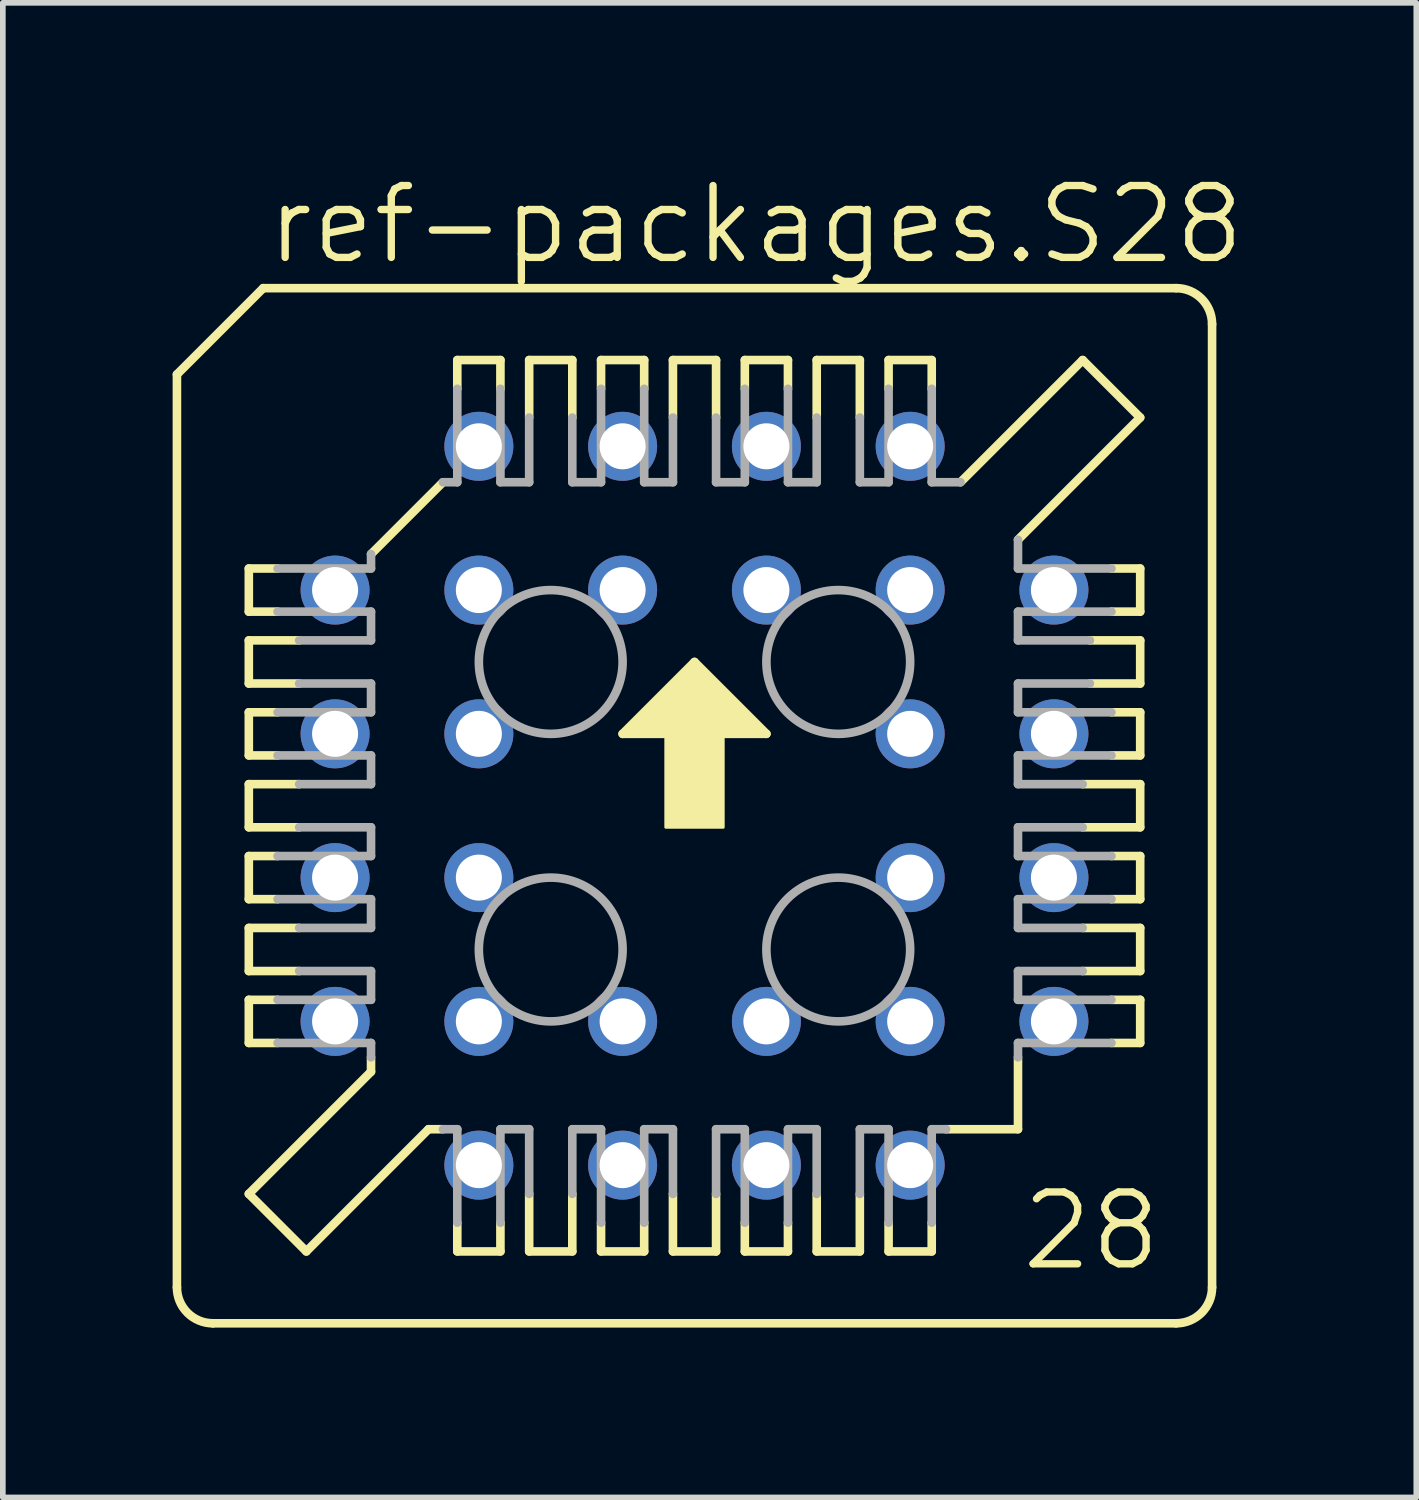
<source format=kicad_pcb>
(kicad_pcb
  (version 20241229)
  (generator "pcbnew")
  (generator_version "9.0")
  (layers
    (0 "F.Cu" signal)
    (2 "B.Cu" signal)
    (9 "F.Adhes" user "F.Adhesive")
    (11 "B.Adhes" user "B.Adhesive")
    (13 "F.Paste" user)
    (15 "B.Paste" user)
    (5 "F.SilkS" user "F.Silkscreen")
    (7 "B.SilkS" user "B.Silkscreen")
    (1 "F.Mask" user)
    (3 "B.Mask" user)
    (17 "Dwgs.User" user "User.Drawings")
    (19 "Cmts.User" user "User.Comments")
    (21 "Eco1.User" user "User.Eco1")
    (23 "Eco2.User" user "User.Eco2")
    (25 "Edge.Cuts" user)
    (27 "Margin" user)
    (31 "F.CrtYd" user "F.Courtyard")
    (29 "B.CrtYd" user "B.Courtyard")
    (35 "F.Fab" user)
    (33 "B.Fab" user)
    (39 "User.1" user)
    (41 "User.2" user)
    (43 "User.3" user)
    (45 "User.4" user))
  (footprint "ref-packages.S28"
    (layer "F.Cu")
    (at 9.22 11.185)
    (property "Reference" "ref-packages.S28" (at -7.62 -9.525 0) (layer "F.SilkS") (effects (font (size 1.27 1.27) (thickness 0.13)) (justify left bottom)))
    (attr through_hole)
    (fp_line (start -9.144 -7.62) (end -9.144 8.509) (stroke (width 0.152) (type default)) (layer "F.SilkS"))
    (fp_line (start -7.874 -4.191) (end -7.366 -4.191) (stroke (width 0.152) (type default)) (layer "F.SilkS"))
    (fp_line (start -7.874 -3.429) (end -7.874 -4.191) (stroke (width 0.152) (type default)) (layer "F.SilkS"))
    (fp_line (start -7.874 -2.921) (end -6.985 -2.921) (stroke (width 0.152) (type default)) (layer "F.SilkS"))
    (fp_line (start -7.874 -2.159) (end -7.874 -2.921) (stroke (width 0.152) (type default)) (layer "F.SilkS"))
    (fp_line (start -7.874 -1.651) (end -7.366 -1.651) (stroke (width 0.152) (type default)) (layer "F.SilkS"))
    (fp_line (start -7.874 -0.889) (end -7.874 -1.651) (stroke (width 0.152) (type default)) (layer "F.SilkS"))
    (fp_line (start -7.874 -0.381) (end -6.985 -0.381) (stroke (width 0.152) (type default)) (layer "F.SilkS"))
    (fp_line (start -7.874 0.381) (end -7.874 -0.381) (stroke (width 0.152) (type default)) (layer "F.SilkS"))
    (fp_line (start -7.874 0.889) (end -7.366 0.889) (stroke (width 0.152) (type default)) (layer "F.SilkS"))
    (fp_line (start -7.874 1.651) (end -7.874 0.889) (stroke (width 0.152) (type default)) (layer "F.SilkS"))
    (fp_line (start -7.874 2.159) (end -6.985 2.159) (stroke (width 0.152) (type default)) (layer "F.SilkS"))
    (fp_line (start -7.874 2.921) (end -7.874 2.159) (stroke (width 0.152) (type default)) (layer "F.SilkS"))
    (fp_line (start -7.874 3.429) (end -7.366 3.429) (stroke (width 0.152) (type default)) (layer "F.SilkS"))
    (fp_line (start -7.874 4.191) (end -7.874 3.429) (stroke (width 0.152) (type default)) (layer "F.SilkS"))
    (fp_line (start -7.874 6.858) (end -5.715 4.699) (stroke (width 0.152) (type default)) (layer "F.SilkS"))
    (fp_line (start -7.62 -9.144) (end -9.144 -7.62) (stroke (width 0.152) (type default)) (layer "F.SilkS"))
    (fp_line (start -7.366 -3.429) (end -7.874 -3.429) (stroke (width 0.152) (type default)) (layer "F.SilkS"))
    (fp_line (start -7.366 -0.889) (end -7.874 -0.889) (stroke (width 0.152) (type default)) (layer "F.SilkS"))
    (fp_line (start -7.366 1.651) (end -7.874 1.651) (stroke (width 0.152) (type default)) (layer "F.SilkS"))
    (fp_line (start -7.366 4.191) (end -7.874 4.191) (stroke (width 0.152) (type default)) (layer "F.SilkS"))
    (fp_line (start -6.985 -2.159) (end -7.874 -2.159) (stroke (width 0.152) (type default)) (layer "F.SilkS"))
    (fp_line (start -6.985 0.381) (end -7.874 0.381) (stroke (width 0.152) (type default)) (layer "F.SilkS"))
    (fp_line (start -6.985 2.921) (end -7.874 2.921) (stroke (width 0.152) (type default)) (layer "F.SilkS"))
    (fp_line (start -6.858 7.874) (end -7.874 6.858) (stroke (width 0.152) (type default)) (layer "F.SilkS"))
    (fp_line (start -6.858 7.874) (end -4.699 5.715) (stroke (width 0.152) (type default)) (layer "F.SilkS"))
    (fp_line (start -5.715 -4.445) (end -4.445 -5.715) (stroke (width 0.152) (type default)) (layer "F.SilkS"))
    (fp_line (start -5.715 4.699) (end -5.715 4.445) (stroke (width 0.152) (type default)) (layer "F.SilkS"))
    (fp_line (start -4.699 5.715) (end -4.445 5.715) (stroke (width 0.152) (type default)) (layer "F.SilkS"))
    (fp_line (start -4.191 -7.874) (end -4.191 -7.366) (stroke (width 0.152) (type default)) (layer "F.SilkS"))
    (fp_line (start -4.191 7.366) (end -4.191 7.874) (stroke (width 0.152) (type default)) (layer "F.SilkS"))
    (fp_line (start -4.191 7.874) (end -3.429 7.874) (stroke (width 0.152) (type default)) (layer "F.SilkS"))
    (fp_line (start -3.429 -7.874) (end -4.191 -7.874) (stroke (width 0.152) (type default)) (layer "F.SilkS"))
    (fp_line (start -3.429 -7.366) (end -3.429 -7.874) (stroke (width 0.152) (type default)) (layer "F.SilkS"))
    (fp_line (start -3.429 7.874) (end -3.429 7.366) (stroke (width 0.152) (type default)) (layer "F.SilkS"))
    (fp_line (start -2.921 -7.874) (end -2.921 -6.858) (stroke (width 0.152) (type default)) (layer "F.SilkS"))
    (fp_line (start -2.921 6.858) (end -2.921 7.874) (stroke (width 0.152) (type default)) (layer "F.SilkS"))
    (fp_line (start -2.921 7.874) (end -2.159 7.874) (stroke (width 0.152) (type default)) (layer "F.SilkS"))
    (fp_line (start -2.159 -7.874) (end -2.921 -7.874) (stroke (width 0.152) (type default)) (layer "F.SilkS"))
    (fp_line (start -2.159 -6.858) (end -2.159 -7.874) (stroke (width 0.152) (type default)) (layer "F.SilkS"))
    (fp_line (start -2.159 7.874) (end -2.159 6.858) (stroke (width 0.152) (type default)) (layer "F.SilkS"))
    (fp_line (start -1.651 -7.874) (end -1.651 -7.366) (stroke (width 0.152) (type default)) (layer "F.SilkS"))
    (fp_line (start -1.651 7.366) (end -1.651 7.874) (stroke (width 0.152) (type default)) (layer "F.SilkS"))
    (fp_line (start -1.651 7.874) (end -0.889 7.874) (stroke (width 0.152) (type default)) (layer "F.SilkS"))
    (fp_line (start -1.27 -1.27) (end 1.27 -1.27) (stroke (width 0.152) (type default)) (layer "F.SilkS"))
    (fp_line (start -0.889 -7.874) (end -1.651 -7.874) (stroke (width 0.152) (type default)) (layer "F.SilkS"))
    (fp_line (start -0.889 -7.366) (end -0.889 -7.874) (stroke (width 0.152) (type default)) (layer "F.SilkS"))
    (fp_line (start -0.889 7.874) (end -0.889 7.366) (stroke (width 0.152) (type default)) (layer "F.SilkS"))
    (fp_line (start -0.381 -7.874) (end -0.381 -6.858) (stroke (width 0.152) (type default)) (layer "F.SilkS"))
    (fp_line (start -0.381 6.858) (end -0.381 7.874) (stroke (width 0.152) (type default)) (layer "F.SilkS"))
    (fp_line (start -0.381 7.874) (end 0.381 7.874) (stroke (width 0.152) (type default)) (layer "F.SilkS"))
    (fp_line (start 0 -2.54) (end -1.27 -1.27) (stroke (width 0.152) (type default)) (layer "F.SilkS"))
    (fp_line (start 0.381 -7.874) (end -0.381 -7.874) (stroke (width 0.152) (type default)) (layer "F.SilkS"))
    (fp_line (start 0.381 -6.858) (end 0.381 -7.874) (stroke (width 0.152) (type default)) (layer "F.SilkS"))
    (fp_line (start 0.381 7.874) (end 0.381 6.858) (stroke (width 0.152) (type default)) (layer "F.SilkS"))
    (fp_line (start 0.889 -7.874) (end 0.889 -7.366) (stroke (width 0.152) (type default)) (layer "F.SilkS"))
    (fp_line (start 0.889 7.366) (end 0.889 7.874) (stroke (width 0.152) (type default)) (layer "F.SilkS"))
    (fp_line (start 0.889 7.874) (end 1.651 7.874) (stroke (width 0.152) (type default)) (layer "F.SilkS"))
    (fp_line (start 1.27 -1.27) (end 0 -2.54) (stroke (width 0.152) (type default)) (layer "F.SilkS"))
    (fp_line (start 1.651 -7.874) (end 0.889 -7.874) (stroke (width 0.152) (type default)) (layer "F.SilkS"))
    (fp_line (start 1.651 -7.366) (end 1.651 -7.874) (stroke (width 0.152) (type default)) (layer "F.SilkS"))
    (fp_line (start 1.651 7.874) (end 1.651 7.366) (stroke (width 0.152) (type default)) (layer "F.SilkS"))
    (fp_line (start 2.159 -7.874) (end 2.159 -6.858) (stroke (width 0.152) (type default)) (layer "F.SilkS"))
    (fp_line (start 2.159 6.858) (end 2.159 7.874) (stroke (width 0.152) (type default)) (layer "F.SilkS"))
    (fp_line (start 2.159 7.874) (end 2.921 7.874) (stroke (width 0.152) (type default)) (layer "F.SilkS"))
    (fp_line (start 2.921 -7.874) (end 2.159 -7.874) (stroke (width 0.152) (type default)) (layer "F.SilkS"))
    (fp_line (start 2.921 -6.858) (end 2.921 -7.874) (stroke (width 0.152) (type default)) (layer "F.SilkS"))
    (fp_line (start 2.921 7.874) (end 2.921 6.858) (stroke (width 0.152) (type default)) (layer "F.SilkS"))
    (fp_line (start 3.429 -7.874) (end 3.429 -7.366) (stroke (width 0.152) (type default)) (layer "F.SilkS"))
    (fp_line (start 3.429 7.366) (end 3.429 7.874) (stroke (width 0.152) (type default)) (layer "F.SilkS"))
    (fp_line (start 3.429 7.874) (end 4.191 7.874) (stroke (width 0.152) (type default)) (layer "F.SilkS"))
    (fp_line (start 4.191 -7.874) (end 3.429 -7.874) (stroke (width 0.152) (type default)) (layer "F.SilkS"))
    (fp_line (start 4.191 -7.366) (end 4.191 -7.874) (stroke (width 0.152) (type default)) (layer "F.SilkS"))
    (fp_line (start 4.191 7.874) (end 4.191 7.366) (stroke (width 0.152) (type default)) (layer "F.SilkS"))
    (fp_line (start 4.445 5.715) (end 5.715 5.715) (stroke (width 0.152) (type default)) (layer "F.SilkS"))
    (fp_line (start 5.715 4.445) (end 5.715 5.715) (stroke (width 0.152) (type default)) (layer "F.SilkS"))
    (fp_line (start 6.858 -7.874) (end 4.699 -5.715) (stroke (width 0.152) (type default)) (layer "F.SilkS"))
    (fp_line (start 6.858 -0.381) (end 7.874 -0.381) (stroke (width 0.152) (type default)) (layer "F.SilkS"))
    (fp_line (start 6.858 2.159) (end 7.874 2.159) (stroke (width 0.152) (type default)) (layer "F.SilkS"))
    (fp_line (start 6.985 -2.921) (end 7.874 -2.921) (stroke (width 0.152) (type default)) (layer "F.SilkS"))
    (fp_line (start 7.366 -4.191) (end 7.874 -4.191) (stroke (width 0.152) (type default)) (layer "F.SilkS"))
    (fp_line (start 7.366 -1.651) (end 7.874 -1.651) (stroke (width 0.152) (type default)) (layer "F.SilkS"))
    (fp_line (start 7.366 0.889) (end 7.874 0.889) (stroke (width 0.152) (type default)) (layer "F.SilkS"))
    (fp_line (start 7.366 3.429) (end 7.874 3.429) (stroke (width 0.152) (type default)) (layer "F.SilkS"))
    (fp_line (start 7.874 -6.858) (end 5.715 -4.699) (stroke (width 0.152) (type default)) (layer "F.SilkS"))
    (fp_line (start 7.874 -6.858) (end 6.858 -7.874) (stroke (width 0.152) (type default)) (layer "F.SilkS"))
    (fp_line (start 7.874 -4.191) (end 7.874 -3.429) (stroke (width 0.152) (type default)) (layer "F.SilkS"))
    (fp_line (start 7.874 -3.429) (end 7.366 -3.429) (stroke (width 0.152) (type default)) (layer "F.SilkS"))
    (fp_line (start 7.874 -2.921) (end 7.874 -2.159) (stroke (width 0.152) (type default)) (layer "F.SilkS"))
    (fp_line (start 7.874 -2.159) (end 6.985 -2.159) (stroke (width 0.152) (type default)) (layer "F.SilkS"))
    (fp_line (start 7.874 -1.651) (end 7.874 -0.889) (stroke (width 0.152) (type default)) (layer "F.SilkS"))
    (fp_line (start 7.874 -0.889) (end 7.366 -0.889) (stroke (width 0.152) (type default)) (layer "F.SilkS"))
    (fp_line (start 7.874 -0.381) (end 7.874 0.381) (stroke (width 0.152) (type default)) (layer "F.SilkS"))
    (fp_line (start 7.874 0.381) (end 6.858 0.381) (stroke (width 0.152) (type default)) (layer "F.SilkS"))
    (fp_line (start 7.874 0.889) (end 7.874 1.651) (stroke (width 0.152) (type default)) (layer "F.SilkS"))
    (fp_line (start 7.874 1.651) (end 7.366 1.651) (stroke (width 0.152) (type default)) (layer "F.SilkS"))
    (fp_line (start 7.874 2.159) (end 7.874 2.921) (stroke (width 0.152) (type default)) (layer "F.SilkS"))
    (fp_line (start 7.874 2.921) (end 6.858 2.921) (stroke (width 0.152) (type default)) (layer "F.SilkS"))
    (fp_line (start 7.874 3.429) (end 7.874 4.191) (stroke (width 0.152) (type default)) (layer "F.SilkS"))
    (fp_line (start 7.874 4.191) (end 7.366 4.191) (stroke (width 0.152) (type default)) (layer "F.SilkS"))
    (fp_line (start 8.509 -9.144) (end -7.62 -9.144) (stroke (width 0.152) (type default)) (layer "F.SilkS"))
    (fp_line (start 8.509 9.144) (end -8.509 9.144) (stroke (width 0.152) (type default)) (layer "F.SilkS"))
    (fp_line (start 9.144 8.509) (end 9.144 -8.509) (stroke (width 0.152) (type default)) (layer "F.SilkS"))
    (fp_rect (start -1.143 -1.27) (end -0.889 -1.397) (stroke (width 0.05) (type default)) (fill yes) (layer "F.SilkS"))
    (fp_rect (start -1.016 -1.397) (end -0.889 -1.524) (stroke (width 0.05) (type default)) (fill yes) (layer "F.SilkS"))
    (fp_rect (start -0.889 -1.27) (end 0.889 -1.651) (stroke (width 0.05) (type default)) (fill yes) (layer "F.SilkS"))
    (fp_rect (start -0.762 -1.651) (end -0.635 -1.778) (stroke (width 0.05) (type default)) (fill yes) (layer "F.SilkS"))
    (fp_rect (start -0.635 -1.651) (end 0.635 -1.905) (stroke (width 0.05) (type default)) (fill yes) (layer "F.SilkS"))
    (fp_rect (start -0.508 -1.905) (end -0.381 -2.032) (stroke (width 0.05) (type default)) (fill yes) (layer "F.SilkS"))
    (fp_rect (start -0.508 0.381) (end 0.508 -1.524) (stroke (width 0.05) (type default)) (fill yes) (layer "F.SilkS"))
    (fp_rect (start -0.381 -1.905) (end 0.381 -2.159) (stroke (width 0.05) (type default)) (fill yes) (layer "F.SilkS"))
    (fp_rect (start -0.254 -2.159) (end -0.127 -2.286) (stroke (width 0.05) (type default)) (fill yes) (layer "F.SilkS"))
    (fp_rect (start -0.127 -2.159) (end 0.127 -2.413) (stroke (width 0.05) (type default)) (fill yes) (layer "F.SilkS"))
    (fp_rect (start 0.127 -2.159) (end 0.254 -2.286) (stroke (width 0.05) (type default)) (fill yes) (layer "F.SilkS"))
    (fp_rect (start 0.381 -1.905) (end 0.508 -2.032) (stroke (width 0.05) (type default)) (fill yes) (layer "F.SilkS"))
    (fp_rect (start 0.635 -1.651) (end 0.762 -1.778) (stroke (width 0.05) (type default)) (fill yes) (layer "F.SilkS"))
    (fp_rect (start 0.889 -1.397) (end 1.016 -1.524) (stroke (width 0.05) (type default)) (fill yes) (layer "F.SilkS"))
    (fp_rect (start 0.889 -1.27) (end 1.143 -1.397) (stroke (width 0.05) (type default)) (fill yes) (layer "F.SilkS"))
    (fp_arc (start -8.509 9.144) (mid -8.958013 8.958013) (end -9.144 8.509) (stroke (width 0.1524) (type default)) (layer "F.SilkS"))
    (fp_arc (start 8.509 -9.144) (mid 8.958013 -8.958013) (end 9.144 -8.509) (stroke (width 0.1524) (type default)) (layer "F.SilkS"))
    (fp_arc (start 9.144 8.509) (mid 8.958013 8.958013) (end 8.509 9.144) (stroke (width 0.1524) (type default)) (layer "F.SilkS"))
    (fp_line (start -7.366 -3.429) (end -5.715 -3.429) (stroke (width 0.152) (type default)) (layer "F.Fab"))
    (fp_line (start -7.366 -0.889) (end -5.715 -0.889) (stroke (width 0.152) (type default)) (layer "F.Fab"))
    (fp_line (start -7.366 1.651) (end -5.715 1.651) (stroke (width 0.152) (type default)) (layer "F.Fab"))
    (fp_line (start -7.366 4.191) (end -5.715 4.191) (stroke (width 0.152) (type default)) (layer "F.Fab"))
    (fp_line (start -6.985 -2.159) (end -5.715 -2.159) (stroke (width 0.152) (type default)) (layer "F.Fab"))
    (fp_line (start -6.985 0.381) (end -5.715 0.381) (stroke (width 0.152) (type default)) (layer "F.Fab"))
    (fp_line (start -6.985 2.921) (end -5.715 2.921) (stroke (width 0.152) (type default)) (layer "F.Fab"))
    (fp_line (start -5.715 -4.191) (end -7.366 -4.191) (stroke (width 0.152) (type default)) (layer "F.Fab"))
    (fp_line (start -5.715 -4.191) (end -5.715 -4.445) (stroke (width 0.152) (type default)) (layer "F.Fab"))
    (fp_line (start -5.715 -2.921) (end -6.985 -2.921) (stroke (width 0.152) (type default)) (layer "F.Fab"))
    (fp_line (start -5.715 -2.921) (end -5.715 -3.429) (stroke (width 0.152) (type default)) (layer "F.Fab"))
    (fp_line (start -5.715 -1.651) (end -7.366 -1.651) (stroke (width 0.152) (type default)) (layer "F.Fab"))
    (fp_line (start -5.715 -1.651) (end -5.715 -2.159) (stroke (width 0.152) (type default)) (layer "F.Fab"))
    (fp_line (start -5.715 -0.381) (end -6.985 -0.381) (stroke (width 0.152) (type default)) (layer "F.Fab"))
    (fp_line (start -5.715 -0.381) (end -5.715 -0.889) (stroke (width 0.152) (type default)) (layer "F.Fab"))
    (fp_line (start -5.715 0.889) (end -7.366 0.889) (stroke (width 0.152) (type default)) (layer "F.Fab"))
    (fp_line (start -5.715 0.889) (end -5.715 0.381) (stroke (width 0.152) (type default)) (layer "F.Fab"))
    (fp_line (start -5.715 2.159) (end -6.985 2.159) (stroke (width 0.152) (type default)) (layer "F.Fab"))
    (fp_line (start -5.715 2.159) (end -5.715 1.651) (stroke (width 0.152) (type default)) (layer "F.Fab"))
    (fp_line (start -5.715 3.429) (end -7.366 3.429) (stroke (width 0.152) (type default)) (layer "F.Fab"))
    (fp_line (start -5.715 3.429) (end -5.715 2.921) (stroke (width 0.152) (type default)) (layer "F.Fab"))
    (fp_line (start -5.715 4.445) (end -5.715 4.191) (stroke (width 0.152) (type default)) (layer "F.Fab"))
    (fp_line (start -4.191 -5.715) (end -4.445 -5.715) (stroke (width 0.152) (type default)) (layer "F.Fab"))
    (fp_line (start -4.191 -5.715) (end -4.191 -7.366) (stroke (width 0.152) (type default)) (layer "F.Fab"))
    (fp_line (start -4.191 5.715) (end -4.445 5.715) (stroke (width 0.152) (type default)) (layer "F.Fab"))
    (fp_line (start -4.191 7.366) (end -4.191 5.715) (stroke (width 0.152) (type default)) (layer "F.Fab"))
    (fp_line (start -3.429 -7.366) (end -3.429 -5.715) (stroke (width 0.152) (type default)) (layer "F.Fab"))
    (fp_line (start -3.429 5.715) (end -3.429 7.366) (stroke (width 0.152) (type default)) (layer "F.Fab"))
    (fp_line (start -3.429 5.715) (end -2.921 5.715) (stroke (width 0.152) (type default)) (layer "F.Fab"))
    (fp_line (start -2.921 -5.715) (end -3.429 -5.715) (stroke (width 0.152) (type default)) (layer "F.Fab"))
    (fp_line (start -2.921 -5.715) (end -2.921 -6.858) (stroke (width 0.152) (type default)) (layer "F.Fab"))
    (fp_line (start -2.921 6.858) (end -2.921 5.715) (stroke (width 0.152) (type default)) (layer "F.Fab"))
    (fp_line (start -2.159 -6.858) (end -2.159 -5.715) (stroke (width 0.152) (type default)) (layer "F.Fab"))
    (fp_line (start -2.159 5.715) (end -2.159 6.858) (stroke (width 0.152) (type default)) (layer "F.Fab"))
    (fp_line (start -2.159 5.715) (end -1.651 5.715) (stroke (width 0.152) (type default)) (layer "F.Fab"))
    (fp_line (start -1.651 -5.715) (end -2.159 -5.715) (stroke (width 0.152) (type default)) (layer "F.Fab"))
    (fp_line (start -1.651 -5.715) (end -1.651 -7.366) (stroke (width 0.152) (type default)) (layer "F.Fab"))
    (fp_line (start -1.651 7.366) (end -1.651 5.715) (stroke (width 0.152) (type default)) (layer "F.Fab"))
    (fp_line (start -0.889 -7.366) (end -0.889 -5.715) (stroke (width 0.152) (type default)) (layer "F.Fab"))
    (fp_line (start -0.889 5.715) (end -0.889 7.366) (stroke (width 0.152) (type default)) (layer "F.Fab"))
    (fp_line (start -0.889 5.715) (end -0.381 5.715) (stroke (width 0.152) (type default)) (layer "F.Fab"))
    (fp_line (start -0.381 -5.715) (end -0.889 -5.715) (stroke (width 0.152) (type default)) (layer "F.Fab"))
    (fp_line (start -0.381 -5.715) (end -0.381 -6.858) (stroke (width 0.152) (type default)) (layer "F.Fab"))
    (fp_line (start -0.381 6.858) (end -0.381 5.715) (stroke (width 0.152) (type default)) (layer "F.Fab"))
    (fp_line (start 0.381 -6.858) (end 0.381 -5.715) (stroke (width 0.152) (type default)) (layer "F.Fab"))
    (fp_line (start 0.381 5.715) (end 0.381 6.858) (stroke (width 0.152) (type default)) (layer "F.Fab"))
    (fp_line (start 0.381 5.715) (end 0.889 5.715) (stroke (width 0.152) (type default)) (layer "F.Fab"))
    (fp_line (start 0.889 -5.715) (end 0.381 -5.715) (stroke (width 0.152) (type default)) (layer "F.Fab"))
    (fp_line (start 0.889 -5.715) (end 0.889 -7.366) (stroke (width 0.152) (type default)) (layer "F.Fab"))
    (fp_line (start 0.889 7.366) (end 0.889 5.715) (stroke (width 0.152) (type default)) (layer "F.Fab"))
    (fp_line (start 1.651 -7.366) (end 1.651 -5.715) (stroke (width 0.152) (type default)) (layer "F.Fab"))
    (fp_line (start 1.651 5.715) (end 1.651 7.366) (stroke (width 0.152) (type default)) (layer "F.Fab"))
    (fp_line (start 1.651 5.715) (end 2.159 5.715) (stroke (width 0.152) (type default)) (layer "F.Fab"))
    (fp_line (start 2.159 -5.715) (end 1.651 -5.715) (stroke (width 0.152) (type default)) (layer "F.Fab"))
    (fp_line (start 2.159 -5.715) (end 2.159 -6.858) (stroke (width 0.152) (type default)) (layer "F.Fab"))
    (fp_line (start 2.159 6.858) (end 2.159 5.715) (stroke (width 0.152) (type default)) (layer "F.Fab"))
    (fp_line (start 2.921 -6.858) (end 2.921 -5.715) (stroke (width 0.152) (type default)) (layer "F.Fab"))
    (fp_line (start 2.921 5.715) (end 2.921 6.858) (stroke (width 0.152) (type default)) (layer "F.Fab"))
    (fp_line (start 2.921 5.715) (end 3.429 5.715) (stroke (width 0.152) (type default)) (layer "F.Fab"))
    (fp_line (start 3.429 -5.715) (end 2.921 -5.715) (stroke (width 0.152) (type default)) (layer "F.Fab"))
    (fp_line (start 3.429 -5.715) (end 3.429 -7.366) (stroke (width 0.152) (type default)) (layer "F.Fab"))
    (fp_line (start 3.429 7.366) (end 3.429 5.715) (stroke (width 0.152) (type default)) (layer "F.Fab"))
    (fp_line (start 4.191 -7.366) (end 4.191 -5.715) (stroke (width 0.152) (type default)) (layer "F.Fab"))
    (fp_line (start 4.191 5.715) (end 4.191 7.366) (stroke (width 0.152) (type default)) (layer "F.Fab"))
    (fp_line (start 4.445 5.715) (end 4.191 5.715) (stroke (width 0.152) (type default)) (layer "F.Fab"))
    (fp_line (start 4.699 -5.715) (end 4.191 -5.715) (stroke (width 0.152) (type default)) (layer "F.Fab"))
    (fp_line (start 5.715 -4.699) (end 5.715 -4.191) (stroke (width 0.152) (type default)) (layer "F.Fab"))
    (fp_line (start 5.715 -3.429) (end 5.715 -2.921) (stroke (width 0.152) (type default)) (layer "F.Fab"))
    (fp_line (start 5.715 -3.429) (end 7.366 -3.429) (stroke (width 0.152) (type default)) (layer "F.Fab"))
    (fp_line (start 5.715 -2.159) (end 5.715 -1.651) (stroke (width 0.152) (type default)) (layer "F.Fab"))
    (fp_line (start 5.715 -2.159) (end 6.985 -2.159) (stroke (width 0.152) (type default)) (layer "F.Fab"))
    (fp_line (start 5.715 -0.889) (end 5.715 -0.381) (stroke (width 0.152) (type default)) (layer "F.Fab"))
    (fp_line (start 5.715 -0.889) (end 7.366 -0.889) (stroke (width 0.152) (type default)) (layer "F.Fab"))
    (fp_line (start 5.715 0.381) (end 5.715 0.889) (stroke (width 0.152) (type default)) (layer "F.Fab"))
    (fp_line (start 5.715 0.381) (end 6.858 0.381) (stroke (width 0.152) (type default)) (layer "F.Fab"))
    (fp_line (start 5.715 1.651) (end 5.715 2.159) (stroke (width 0.152) (type default)) (layer "F.Fab"))
    (fp_line (start 5.715 1.651) (end 7.366 1.651) (stroke (width 0.152) (type default)) (layer "F.Fab"))
    (fp_line (start 5.715 2.921) (end 5.715 3.429) (stroke (width 0.152) (type default)) (layer "F.Fab"))
    (fp_line (start 5.715 2.921) (end 6.858 2.921) (stroke (width 0.152) (type default)) (layer "F.Fab"))
    (fp_line (start 5.715 4.191) (end 7.366 4.191) (stroke (width 0.152) (type default)) (layer "F.Fab"))
    (fp_line (start 5.715 4.445) (end 5.715 4.191) (stroke (width 0.152) (type default)) (layer "F.Fab"))
    (fp_line (start 6.858 -0.381) (end 5.715 -0.381) (stroke (width 0.152) (type default)) (layer "F.Fab"))
    (fp_line (start 6.858 2.159) (end 5.715 2.159) (stroke (width 0.152) (type default)) (layer "F.Fab"))
    (fp_line (start 6.985 -2.921) (end 5.715 -2.921) (stroke (width 0.152) (type default)) (layer "F.Fab"))
    (fp_line (start 7.366 -4.191) (end 5.715 -4.191) (stroke (width 0.152) (type default)) (layer "F.Fab"))
    (fp_line (start 7.366 -1.651) (end 5.715 -1.651) (stroke (width 0.152) (type default)) (layer "F.Fab"))
    (fp_line (start 7.366 0.889) (end 5.715 0.889) (stroke (width 0.152) (type default)) (layer "F.Fab"))
    (fp_line (start 7.366 3.429) (end 5.715 3.429) (stroke (width 0.152) (type default)) (layer "F.Fab"))
    (fp_circle (center -2.54 -2.54) (end -1.27 -2.54) (stroke (width 0.152) (type default)) (fill no) (layer "F.Fab"))
    (fp_circle (center -2.54 2.54) (end -1.27 2.54) (stroke (width 0.152) (type default)) (fill no) (layer "F.Fab"))
    (fp_circle (center 2.54 -2.54) (end 3.81 -2.54) (stroke (width 0.152) (type default)) (fill no) (layer "F.Fab"))
    (fp_circle (center 2.54 2.54) (end 3.81 2.54) (stroke (width 0.152) (type default)) (fill no) (layer "F.Fab"))
    (fp_text user "28" (at 5.715 8.255 0) (layer "F.SilkS") (effects (font (size 1.27 1.27) (thickness 0.13)) (justify left bottom)))
    (pad "1" thru_hole circle (at 1.27 -3.81) (size 1.219 1.219) (drill 0.813) (layers "*.Cu" "*.Mask"))
    (pad "2" thru_hole circle (at -1.27 -6.35) (size 1.219 1.219) (drill 0.813) (layers "*.Cu" "*.Mask"))
    (pad "3" thru_hole circle (at -1.27 -3.81) (size 1.219 1.219) (drill 0.813) (layers "*.Cu" "*.Mask"))
    (pad "4" thru_hole circle (at -3.81 -6.35) (size 1.219 1.219) (drill 0.813) (layers "*.Cu" "*.Mask"))
    (pad "5" thru_hole circle (at -6.35 -3.81) (size 1.219 1.219) (drill 0.813) (layers "*.Cu" "*.Mask"))
    (pad "6" thru_hole circle (at -3.81 -3.81) (size 1.219 1.219) (drill 0.813) (layers "*.Cu" "*.Mask"))
    (pad "7" thru_hole circle (at -6.35 -1.27) (size 1.219 1.219) (drill 0.813) (layers "*.Cu" "*.Mask"))
    (pad "8" thru_hole circle (at -3.81 -1.27) (size 1.219 1.219) (drill 0.813) (layers "*.Cu" "*.Mask"))
    (pad "9" thru_hole circle (at -6.35 1.27) (size 1.219 1.219) (drill 0.813) (layers "*.Cu" "*.Mask"))
    (pad "10" thru_hole circle (at -3.81 1.27) (size 1.219 1.219) (drill 0.813) (layers "*.Cu" "*.Mask"))
    (pad "11" thru_hole circle (at -6.35 3.81) (size 1.219 1.219) (drill 0.813) (layers "*.Cu" "*.Mask"))
    (pad "12" thru_hole circle (at -3.81 6.35) (size 1.219 1.219) (drill 0.813) (layers "*.Cu" "*.Mask"))
    (pad "13" thru_hole circle (at -3.81 3.81) (size 1.219 1.219) (drill 0.813) (layers "*.Cu" "*.Mask"))
    (pad "14" thru_hole circle (at -1.27 6.35) (size 1.219 1.219) (drill 0.813) (layers "*.Cu" "*.Mask"))
    (pad "15" thru_hole circle (at -1.27 3.81) (size 1.219 1.219) (drill 0.813) (layers "*.Cu" "*.Mask"))
    (pad "16" thru_hole circle (at 1.27 6.35) (size 1.219 1.219) (drill 0.813) (layers "*.Cu" "*.Mask"))
    (pad "17" thru_hole circle (at 1.27 3.81) (size 1.219 1.219) (drill 0.813) (layers "*.Cu" "*.Mask"))
    (pad "18" thru_hole circle (at 3.81 6.35) (size 1.219 1.219) (drill 0.813) (layers "*.Cu" "*.Mask"))
    (pad "19" thru_hole circle (at 6.35 3.81) (size 1.219 1.219) (drill 0.813) (layers "*.Cu" "*.Mask"))
    (pad "20" thru_hole circle (at 3.81 3.81) (size 1.219 1.219) (drill 0.813) (layers "*.Cu" "*.Mask"))
    (pad "21" thru_hole circle (at 6.35 1.27) (size 1.219 1.219) (drill 0.813) (layers "*.Cu" "*.Mask"))
    (pad "22" thru_hole circle (at 3.81 1.27) (size 1.219 1.219) (drill 0.813) (layers "*.Cu" "*.Mask"))
    (pad "23" thru_hole circle (at 6.35 -1.27) (size 1.219 1.219) (drill 0.813) (layers "*.Cu" "*.Mask"))
    (pad "24" thru_hole circle (at 3.81 -1.27) (size 1.219 1.219) (drill 0.813) (layers "*.Cu" "*.Mask"))
    (pad "25" thru_hole circle (at 6.35 -3.81) (size 1.219 1.219) (drill 0.813) (layers "*.Cu" "*.Mask"))
    (pad "26" thru_hole circle (at 3.81 -6.35) (size 1.219 1.219) (drill 0.813) (layers "*.Cu" "*.Mask"))
    (pad "27" thru_hole circle (at 3.81 -3.81) (size 1.219 1.219) (drill 0.813) (layers "*.Cu" "*.Mask"))
    (pad "28" thru_hole circle (at 1.27 -6.35) (size 1.219 1.219) (drill 0.813) (layers "*.Cu" "*.Mask")))
  (gr_rect
    (start -3 -3)
    (end 21.972 23.405)
    (stroke (width 0.1) (type default))
    (fill no)
    (layer "Edge.Cuts")))
</source>
